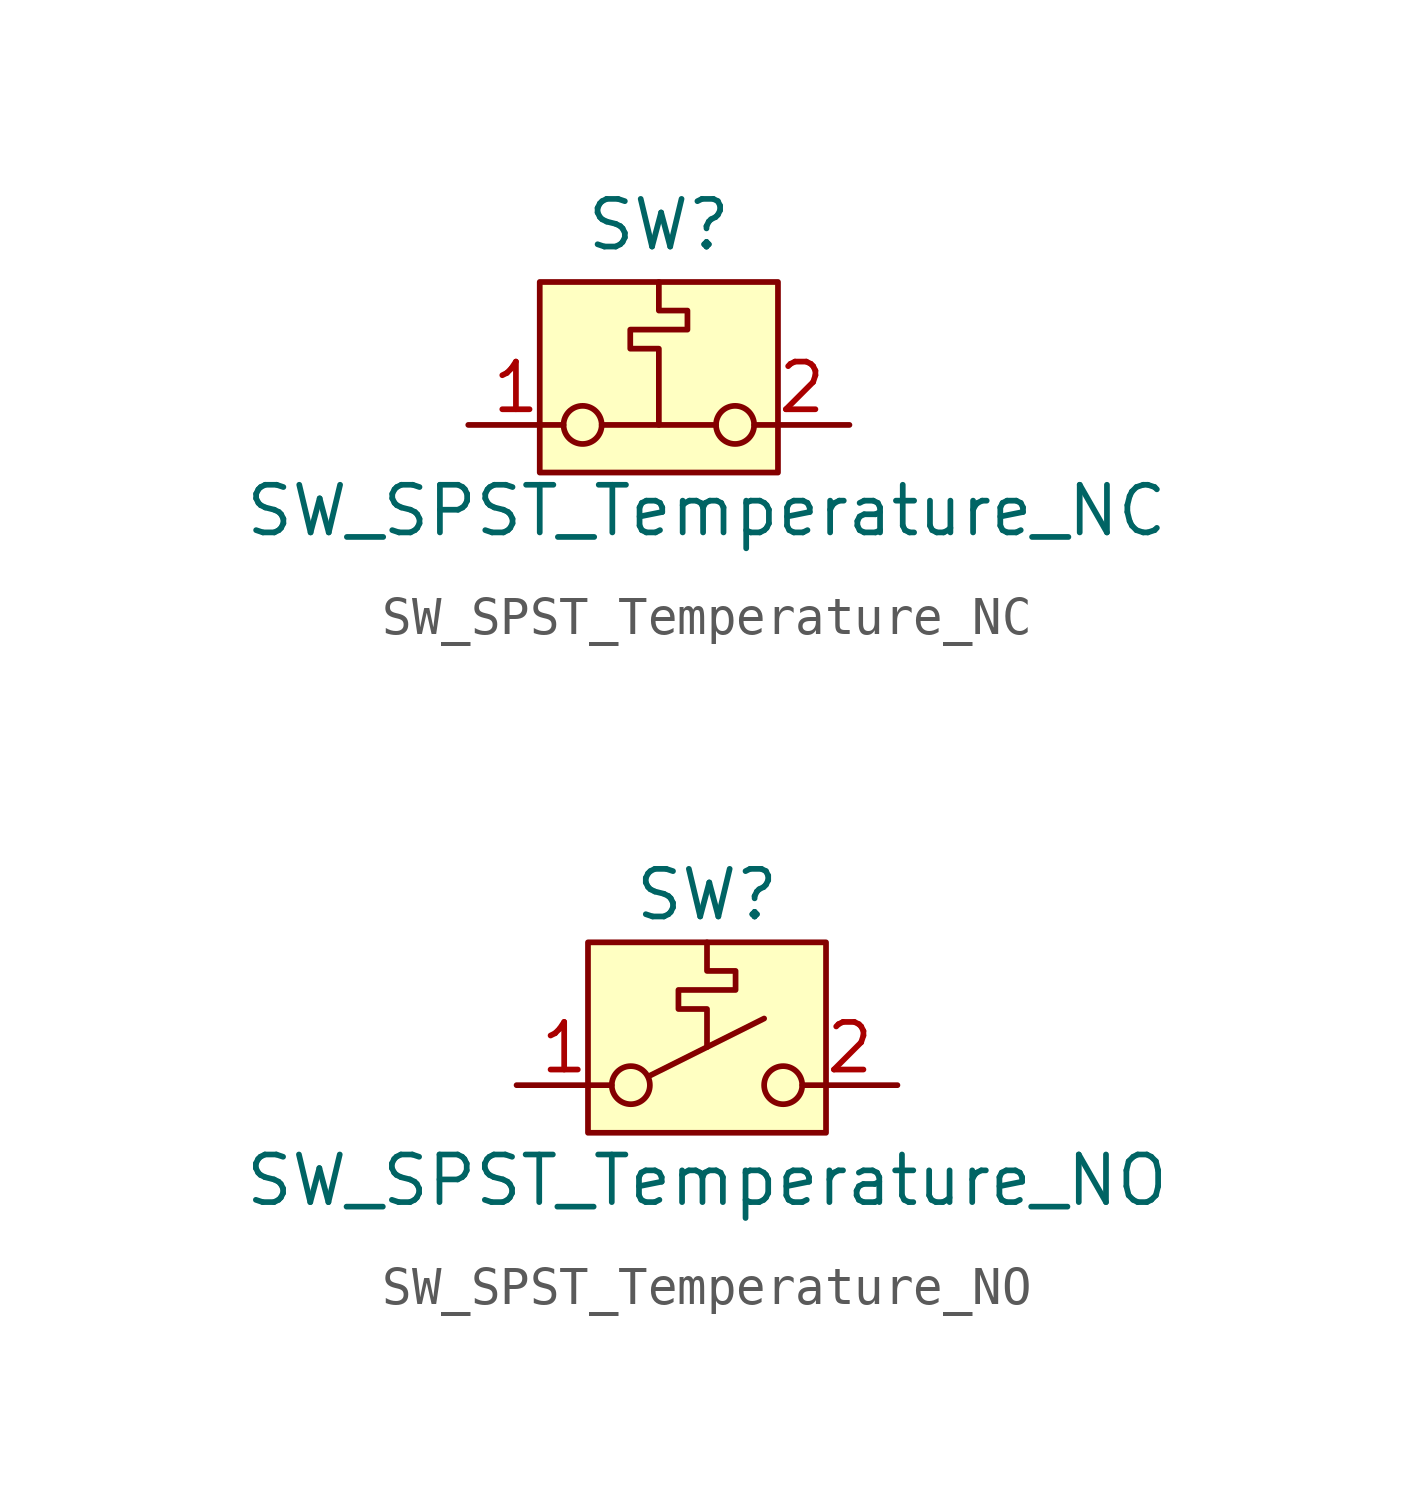
<source format=kicad_sym>
(kicad_symbol_lib
  (version 20241209)
  (generator "kicad_symbol_editor")
  (generator_version "9.0")
  (symbol "SW_SPST_Temperature_NC"
    (property "Reference" "SW"
      (at 0 2.794 0)
      (effects (font (size 1.27 1.27))))
    (property "Value" "SW_SPST_Temperature_NC"
      (at 1.27 -4.826 0)
      (effects (font (size 1.27 1.27))))
    (symbol "SW_SPST_Temperature_NC_0_0"
      (circle (center -2.032 -2.54) (radius 0.508) (stroke (width 0) (type default)) (fill (type none)))
      (polyline (pts (xy -1.524 -2.54) (xy 1.524 -2.54)) (stroke (width 0) (type default)) (fill (type none)))
      (polyline (pts (xy 0 -2.54) (xy 0 -0.508) (xy -0.762 -0.508) (xy -0.762 0) (xy 0.762 0) (xy 0.762 0.508) (xy 0 0.508) (xy 0 1.27)) (stroke (width 0) (type default)) (fill (type none)))
      (circle (center 2.032 -2.54) (radius 0.508) (stroke (width 0) (type default)) (fill (type none))))
    (symbol "SW_SPST_Temperature_NC_1_1"
      (rectangle (start -3.175 1.27) (end 3.175 -3.81) (stroke (width 0) (type default)) (fill (type background)))
      (pin passive line (at -5.08 -2.54 0) (length 2.54) (name "" (effects (font (size 1.27 1.27)))) (number "1" (effects (font (size 1.27 1.27)))))
      (pin passive line (at 5.08 -2.54 180) (length 2.54) (name "" (effects (font (size 1.27 1.27)))) (number "2" (effects (font (size 1.27 1.27)))))))
  (symbol "SW_SPST_Temperature_NO"
    (pin_names
      (offset 0)
      (hide yes))
    (property "Reference" "SW"
      (at 0 5.08 0)
      (effects (font (size 1.27 1.27))))
    (property "Value" "SW_SPST_Temperature_NO"
      (at 0 -2.54 0)
      (effects (font (size 1.27 1.27))))
    (symbol "SW_SPST_Temperature_NO_0_0"
      (circle (center -2.032 0) (radius 0.508) (stroke (width 0) (type default)) (fill (type none)))
      (polyline (pts (xy -1.524 0.254) (xy 1.524 1.778)) (stroke (width 0) (type default)) (fill (type none)))
      (polyline (pts (xy 0 1.016) (xy 0 2.032) (xy -0.762 2.032) (xy -0.762 2.54) (xy 0.762 2.54) (xy 0.762 3.048) (xy 0 3.048) (xy 0 3.81)) (stroke (width 0) (type default)) (fill (type none)))
      (circle (center 2.032 0) (radius 0.508) (stroke (width 0) (type default)) (fill (type none))))
    (symbol "SW_SPST_Temperature_NO_1_1"
      (rectangle (start -3.175 3.81) (end 3.175 -1.27) (stroke (width 0) (type default)) (fill (type background)))
      (pin passive line (at -5.08 0 0) (length 2.54) (name "A" (effects (font (size 1.27 1.27)))) (number "1" (effects (font (size 1.27 1.27)))))
      (pin passive line (at 5.08 0 180) (length 2.54) (name "B" (effects (font (size 1.27 1.27)))) (number "2" (effects (font (size 1.27 1.27))))))))
</source>
